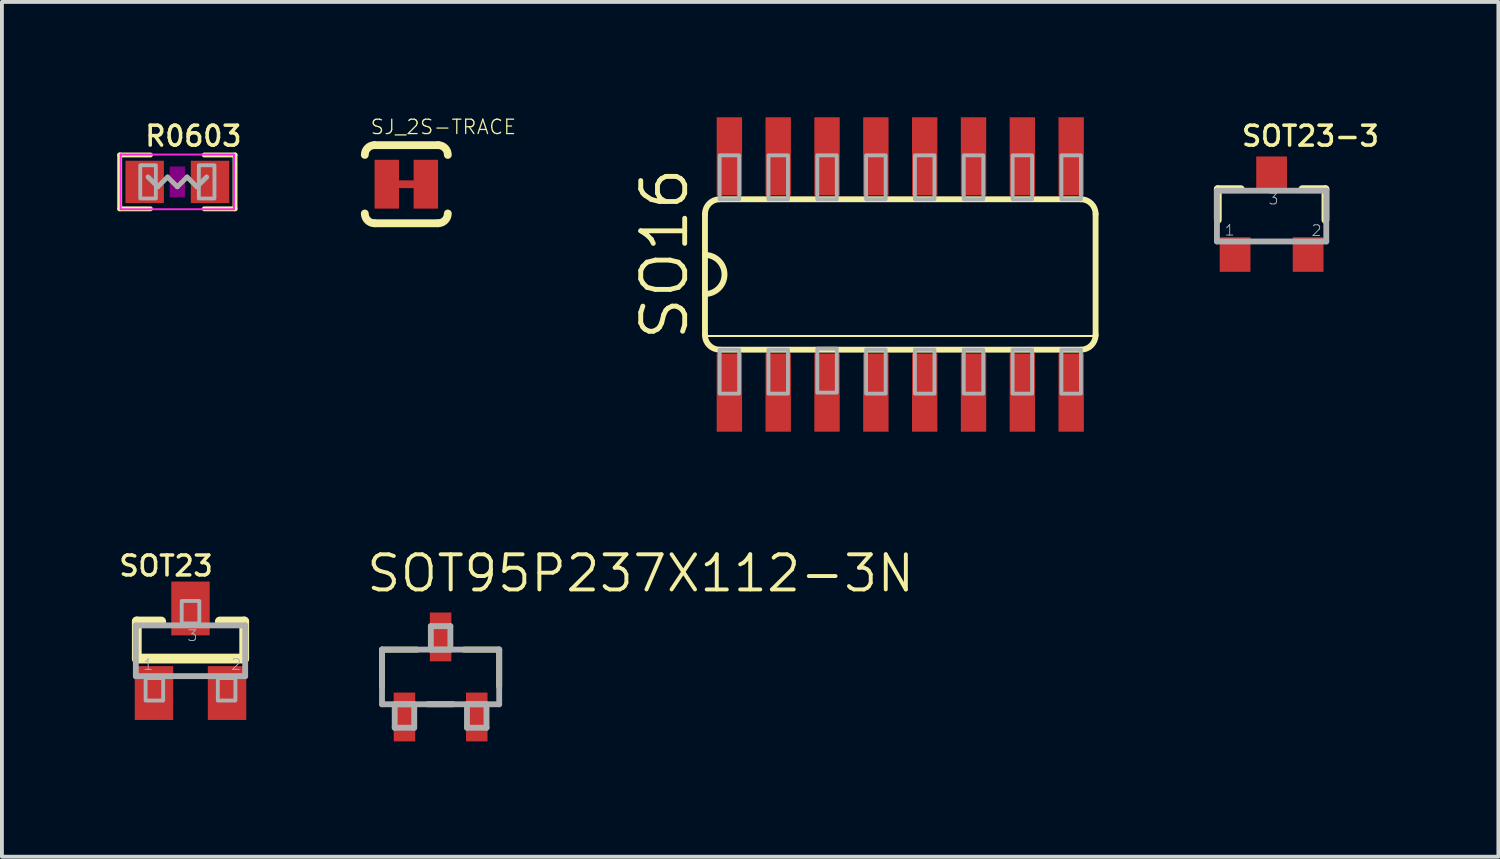
<source format=kicad_pcb>
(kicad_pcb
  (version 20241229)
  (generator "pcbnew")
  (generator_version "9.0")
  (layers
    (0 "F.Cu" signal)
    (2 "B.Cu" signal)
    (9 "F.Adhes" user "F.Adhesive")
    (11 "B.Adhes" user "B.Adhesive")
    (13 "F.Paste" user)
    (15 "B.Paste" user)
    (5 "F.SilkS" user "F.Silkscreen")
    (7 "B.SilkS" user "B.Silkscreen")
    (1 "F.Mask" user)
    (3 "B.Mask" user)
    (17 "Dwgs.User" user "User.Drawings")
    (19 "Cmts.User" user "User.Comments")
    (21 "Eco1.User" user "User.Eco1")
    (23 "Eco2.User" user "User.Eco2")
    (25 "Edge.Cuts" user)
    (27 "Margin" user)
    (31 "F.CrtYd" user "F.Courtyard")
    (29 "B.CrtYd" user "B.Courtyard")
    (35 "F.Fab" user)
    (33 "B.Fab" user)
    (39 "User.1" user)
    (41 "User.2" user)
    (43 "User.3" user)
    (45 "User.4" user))
  (footprint "SOT23"
    (layer "F.Cu")
    (at 1.905 13.876)
    (property "Reference" "SOT23" (at -1.905 -1.905 0) (layer "F.SilkS") (effects (font (size 0.518 0.518) (thickness 0.091)) (justify left bottom)))
    (fp_line (start -1.397 -0.762) (end -0.762 -0.762) (stroke (width 0.254) (type solid)) (layer "F.SilkS"))
    (fp_line (start -1.397 0.203) (end -1.397 -0.762) (stroke (width 0.254) (type solid)) (layer "F.SilkS"))
    (fp_line (start -1.397 0.203) (end 1.397 0.203) (stroke (width 0.254) (type solid)) (layer "F.SilkS"))
    (fp_line (start 0.762 -0.762) (end 1.397 -0.762) (stroke (width 0.254) (type solid)) (layer "F.SilkS"))
    (fp_line (start 1.397 -0.762) (end 1.397 0.203) (stroke (width 0.254) (type solid)) (layer "F.SilkS"))
    (fp_line (start -1.422 -0.66) (end 1.422 -0.66) (stroke (width 0.152) (type solid)) (layer "F.Fab"))
    (fp_line (start -1.422 0.66) (end -1.422 -0.66) (stroke (width 0.152) (type solid)) (layer "F.Fab"))
    (fp_line (start 1.422 -0.66) (end 1.422 0.66) (stroke (width 0.152) (type solid)) (layer "F.Fab"))
    (fp_line (start 1.422 0.66) (end -1.422 0.66) (stroke (width 0.152) (type solid)) (layer "F.Fab"))
    (fp_poly (pts (xy -1.168 1.295) (xy -0.711 1.295) (xy -0.711 0.711) (xy -1.168 0.711)) (stroke (width 0.1) (type solid)) (fill no) (layer "F.Fab"))
    (fp_poly (pts (xy -0.229 -0.711) (xy 0.229 -0.711) (xy 0.229 -1.295) (xy -0.229 -1.295)) (stroke (width 0.1) (type solid)) (fill no) (layer "F.Fab"))
    (fp_poly (pts (xy 0.711 1.295) (xy 1.168 1.295) (xy 1.168 0.711) (xy 0.711 0.711)) (stroke (width 0.1) (type solid)) (fill no) (layer "F.Fab"))
    (fp_text user "2" (at 1.04 0.52 0) (layer "F.Fab") (effects (font (size 0.28 0.28) (thickness 0.024)) (justify left bottom)))
    (fp_text user "3" (at -0.1 -0.23 0) (layer "F.Fab") (effects (font (size 0.28 0.28) (thickness 0.024)) (justify left bottom)))
    (fp_text user "1" (at -1.25 0.52 0) (layer "F.Fab") (effects (font (size 0.28 0.28) (thickness 0.024)) (justify left bottom)))
    (pad "1" smd rect (at -0.95 1.1) (size 1 1.4) (layers "F.Cu" "F.Mask" "F.Paste"))
    (pad "2" smd rect (at 0.95 1.1) (size 1 1.4) (layers "F.Cu" "F.Mask" "F.Paste"))
    (pad "3" smd rect (at 0 -1.1) (size 1 1.4) (layers "F.Cu" "F.Mask" "F.Paste")))
  (footprint "R0603"
    (layer "F.Cu")
    (at 1.563 1.681)
    (property "Reference" "R0603" (at -0.889 -0.889 0) (layer "F.SilkS") (effects (font (size 0.518 0.518) (thickness 0.091)) (justify left bottom)))
    (fp_line (start -1.5 -0.7) (end -1.5 0.7) (stroke (width 0.127) (type solid)) (layer "F.SilkS"))
    (fp_line (start -1.5 0.7) (end -0.7 0.7) (stroke (width 0.127) (type solid)) (layer "F.SilkS"))
    (fp_line (start -0.7 -0.7) (end -1.5 -0.7) (stroke (width 0.127) (type solid)) (layer "F.SilkS"))
    (fp_line (start 0.7 -0.7) (end 1.5 -0.7) (stroke (width 0.127) (type solid)) (layer "F.SilkS"))
    (fp_line (start 1.5 -0.7) (end 1.5 0.7) (stroke (width 0.127) (type solid)) (layer "F.SilkS"))
    (fp_line (start 1.5 0.7) (end 0.7 0.7) (stroke (width 0.127) (type solid)) (layer "F.SilkS"))
    (fp_poly (pts (xy -0.2 0.4) (xy 0.2 0.4) (xy 0.2 -0.4) (xy -0.2 -0.4)) (stroke (width 0) (type solid)) (fill yes) (layer "F.Adhes"))
    (fp_line (start -1.473 -0.711) (end 1.473 -0.711) (stroke (width 0.051) (type solid)) (layer "F.CrtYd"))
    (fp_line (start -1.473 0.711) (end -1.473 -0.711) (stroke (width 0.051) (type solid)) (layer "F.CrtYd"))
    (fp_line (start 1.473 -0.711) (end 1.473 0.711) (stroke (width 0.051) (type solid)) (layer "F.CrtYd"))
    (fp_line (start 1.473 0.711) (end -1.473 0.711) (stroke (width 0.051) (type solid)) (layer "F.CrtYd"))
    (fp_line (start -0.508 0.127) (end -0.762 -0.127) (stroke (width 0.127) (type solid)) (layer "F.Fab"))
    (fp_line (start -0.508 0.127) (end -0.254 -0.127) (stroke (width 0.127) (type solid)) (layer "F.Fab"))
    (fp_line (start -0.254 -0.127) (end 0 0.127) (stroke (width 0.127) (type solid)) (layer "F.Fab"))
    (fp_line (start 0 0.127) (end 0.254 -0.127) (stroke (width 0.127) (type solid)) (layer "F.Fab"))
    (fp_line (start 0.254 -0.127) (end 0.508 0.127) (stroke (width 0.127) (type solid)) (layer "F.Fab"))
    (fp_line (start 0.508 0.127) (end 0.762 -0.127) (stroke (width 0.127) (type solid)) (layer "F.Fab"))
    (fp_poly (pts (xy -0.965 0.432) (xy -0.559 0.432) (xy -0.559 -0.432) (xy -0.965 -0.432)) (stroke (width 0.1) (type solid)) (fill no) (layer "F.Fab"))
    (fp_poly (pts (xy 0.559 0.432) (xy 0.965 0.432) (xy 0.965 -0.432) (xy 0.559 -0.432)) (stroke (width 0.1) (type solid)) (fill no) (layer "F.Fab"))
    (pad "1" smd rect (at -0.85 0) (size 1 1.1) (layers "F.Cu" "F.Mask" "F.Paste"))
    (pad "2" smd rect (at 0.85 0) (size 1 1.1) (layers "F.Cu" "F.Mask" "F.Paste")))
  (footprint "SO16"
    (layer "F.Cu")
    (at 20.366 4.089)
    (property "Reference" "SO16" (at -5.461 1.778 90) (layer "F.SilkS") (effects (font (size 1.143 1.143) (thickness 0.127)) (justify left bottom)))
    (fp_line (start -5.08 -1.575) (end -5.08 -0.508) (stroke (width 0.152) (type solid)) (layer "F.SilkS"))
    (fp_line (start -5.08 -0.508) (end -5.08 0.508) (stroke (width 0.152) (type solid)) (layer "F.SilkS"))
    (fp_line (start -5.08 0.508) (end -5.08 1.575) (stroke (width 0.152) (type solid)) (layer "F.SilkS"))
    (fp_line (start -5.08 1.6) (end 5.08 1.6) (stroke (width 0.051) (type solid)) (layer "F.SilkS"))
    (fp_line (start -4.699 1.956) (end 4.699 1.956) (stroke (width 0.152) (type solid)) (layer "F.SilkS"))
    (fp_line (start 4.699 -1.956) (end -4.699 -1.956) (stroke (width 0.152) (type solid)) (layer "F.SilkS"))
    (fp_line (start 5.08 1.575) (end 5.08 -1.575) (stroke (width 0.152) (type solid)) (layer "F.SilkS"))
    (fp_arc (start -5.08 -1.5748) (mid -4.968408 -1.844208) (end -4.699 -1.9558) (stroke (width 0.1524) (type solid)) (layer "F.SilkS"))
    (fp_arc (start -5.08 -0.508) (mid -4.572 0) (end -5.08 0.508) (stroke (width 0.1524) (type solid)) (layer "F.SilkS"))
    (fp_arc (start -4.699 1.9558) (mid -4.968408 1.844208) (end -5.08 1.5748) (stroke (width 0.1524) (type solid)) (layer "F.SilkS"))
    (fp_arc (start 4.699 -1.9558) (mid 4.968408 -1.844208) (end 5.08 -1.5748) (stroke (width 0.1524) (type solid)) (layer "F.SilkS"))
    (fp_arc (start 5.08 1.5748) (mid 4.968408 1.844208) (end 4.699 1.9558) (stroke (width 0.1524) (type solid)) (layer "F.SilkS"))
    (fp_poly (pts (xy -4.699 -1.956) (xy -4.191 -1.956) (xy -4.191 -3.099) (xy -4.699 -3.099)) (stroke (width 0.1) (type solid)) (fill no) (layer "F.Fab"))
    (fp_poly (pts (xy -4.699 3.099) (xy -4.191 3.099) (xy -4.191 1.956) (xy -4.699 1.956)) (stroke (width 0.1) (type solid)) (fill no) (layer "F.Fab"))
    (fp_poly (pts (xy -3.429 -1.956) (xy -2.921 -1.956) (xy -2.921 -3.099) (xy -3.429 -3.099)) (stroke (width 0.1) (type solid)) (fill no) (layer "F.Fab"))
    (fp_poly (pts (xy -3.429 3.099) (xy -2.921 3.099) (xy -2.921 1.956) (xy -3.429 1.956)) (stroke (width 0.1) (type solid)) (fill no) (layer "F.Fab"))
    (fp_poly (pts (xy -2.159 -1.956) (xy -1.651 -1.956) (xy -1.651 -3.099) (xy -2.159 -3.099)) (stroke (width 0.1) (type solid)) (fill no) (layer "F.Fab"))
    (fp_poly (pts (xy -2.159 3.073) (xy -1.651 3.073) (xy -1.651 1.93) (xy -2.159 1.93)) (stroke (width 0.1) (type solid)) (fill no) (layer "F.Fab"))
    (fp_poly (pts (xy -0.889 -1.956) (xy -0.381 -1.956) (xy -0.381 -3.099) (xy -0.889 -3.099)) (stroke (width 0.1) (type solid)) (fill no) (layer "F.Fab"))
    (fp_poly (pts (xy -0.889 3.099) (xy -0.381 3.099) (xy -0.381 1.956) (xy -0.889 1.956)) (stroke (width 0.1) (type solid)) (fill no) (layer "F.Fab"))
    (fp_poly (pts (xy 0.381 -1.956) (xy 0.889 -1.956) (xy 0.889 -3.099) (xy 0.381 -3.099)) (stroke (width 0.1) (type solid)) (fill no) (layer "F.Fab"))
    (fp_poly (pts (xy 0.381 3.099) (xy 0.889 3.099) (xy 0.889 1.956) (xy 0.381 1.956)) (stroke (width 0.1) (type solid)) (fill no) (layer "F.Fab"))
    (fp_poly (pts (xy 1.651 -1.956) (xy 2.159 -1.956) (xy 2.159 -3.099) (xy 1.651 -3.099)) (stroke (width 0.1) (type solid)) (fill no) (layer "F.Fab"))
    (fp_poly (pts (xy 1.651 3.099) (xy 2.159 3.099) (xy 2.159 1.956) (xy 1.651 1.956)) (stroke (width 0.1) (type solid)) (fill no) (layer "F.Fab"))
    (fp_poly (pts (xy 2.921 -1.956) (xy 3.429 -1.956) (xy 3.429 -3.099) (xy 2.921 -3.099)) (stroke (width 0.1) (type solid)) (fill no) (layer "F.Fab"))
    (fp_poly (pts (xy 2.921 3.099) (xy 3.429 3.099) (xy 3.429 1.956) (xy 2.921 1.956)) (stroke (width 0.1) (type solid)) (fill no) (layer "F.Fab"))
    (fp_poly (pts (xy 4.191 -1.956) (xy 4.699 -1.956) (xy 4.699 -3.099) (xy 4.191 -3.099)) (stroke (width 0.1) (type solid)) (fill no) (layer "F.Fab"))
    (fp_poly (pts (xy 4.191 3.099) (xy 4.699 3.099) (xy 4.699 1.956) (xy 4.191 1.956)) (stroke (width 0.1) (type solid)) (fill no) (layer "F.Fab"))
    (pad "1" smd rect (at -4.445 3.073) (size 0.66 2.032) (layers "F.Cu" "F.Mask" "F.Paste"))
    (pad "2" smd rect (at -3.175 3.073) (size 0.66 2.032) (layers "F.Cu" "F.Mask" "F.Paste"))
    (pad "3" smd rect (at -1.905 3.073) (size 0.66 2.032) (layers "F.Cu" "F.Mask" "F.Paste"))
    (pad "4" smd rect (at -0.635 3.073) (size 0.66 2.032) (layers "F.Cu" "F.Mask" "F.Paste"))
    (pad "5" smd rect (at 0.635 3.073) (size 0.66 2.032) (layers "F.Cu" "F.Mask" "F.Paste"))
    (pad "6" smd rect (at 1.905 3.073) (size 0.66 2.032) (layers "F.Cu" "F.Mask" "F.Paste"))
    (pad "7" smd rect (at 3.175 3.073) (size 0.66 2.032) (layers "F.Cu" "F.Mask" "F.Paste"))
    (pad "8" smd rect (at 4.445 3.073) (size 0.66 2.032) (layers "F.Cu" "F.Mask" "F.Paste"))
    (pad "9" smd rect (at 4.445 -3.073) (size 0.66 2.032) (layers "F.Cu" "F.Mask" "F.Paste"))
    (pad "10" smd rect (at 3.175 -3.073) (size 0.66 2.032) (layers "F.Cu" "F.Mask" "F.Paste"))
    (pad "11" smd rect (at 1.905 -3.073) (size 0.66 2.032) (layers "F.Cu" "F.Mask" "F.Paste"))
    (pad "12" smd rect (at 0.635 -3.073) (size 0.66 2.032) (layers "F.Cu" "F.Mask" "F.Paste"))
    (pad "13" smd rect (at -0.635 -3.073) (size 0.66 2.032) (layers "F.Cu" "F.Mask" "F.Paste"))
    (pad "14" smd rect (at -1.905 -3.073) (size 0.66 2.032) (layers "F.Cu" "F.Mask" "F.Paste"))
    (pad "15" smd rect (at -3.175 -3.073) (size 0.66 2.032) (layers "F.Cu" "F.Mask" "F.Paste"))
    (pad "16" smd rect (at -4.445 -3.073) (size 0.66 2.032) (layers "F.Cu" "F.Mask" "F.Paste")))
  (footprint "SOT23-3"
    (layer "F.Cu")
    (at 30.024 2.57)
    (property "Reference" "SOT23-3" (at -0.826 -1.778 0) (layer "F.SilkS") (effects (font (size 0.518 0.518) (thickness 0.091)) (justify left bottom)))
    (fp_line (start -1.4 -0.7) (end -1.4 0.1) (stroke (width 0.203) (type solid)) (layer "F.SilkS"))
    (fp_line (start -0.8 -0.7) (end -1.4 -0.7) (stroke (width 0.203) (type solid)) (layer "F.SilkS"))
    (fp_line (start 0.8 -0.7) (end 1.4 -0.7) (stroke (width 0.203) (type solid)) (layer "F.SilkS"))
    (fp_line (start 1.4 -0.7) (end 1.4 0.1) (stroke (width 0.203) (type solid)) (layer "F.SilkS"))
    (fp_line (start -1.422 -0.66) (end 1.422 -0.66) (stroke (width 0.152) (type solid)) (layer "F.Fab"))
    (fp_line (start -1.422 0.66) (end -1.422 -0.66) (stroke (width 0.152) (type solid)) (layer "F.Fab"))
    (fp_line (start 1.422 -0.66) (end 1.422 0.66) (stroke (width 0.152) (type solid)) (layer "F.Fab"))
    (fp_line (start 1.422 0.66) (end -1.422 0.66) (stroke (width 0.152) (type solid)) (layer "F.Fab"))
    (fp_text user "3" (at -0.1 -0.28 0) (layer "F.Fab") (effects (font (size 0.28 0.28) (thickness 0.024)) (justify left bottom)))
    (fp_text user "1" (at -1.24 0.53 0) (layer "F.Fab") (effects (font (size 0.28 0.28) (thickness 0.024)) (justify left bottom)))
    (fp_text user "2" (at 1.02 0.54 0) (layer "F.Fab") (effects (font (size 0.28 0.28) (thickness 0.024)) (justify left bottom)))
    (pad "1" smd rect (at -0.95 1) (size 0.8 0.9) (layers "F.Cu" "F.Mask" "F.Paste"))
    (pad "2" smd rect (at 0.95 1) (size 0.8 0.9) (layers "F.Cu" "F.Mask" "F.Paste"))
    (pad "3" smd rect (at 0 -1.1) (size 0.8 0.9) (layers "F.Cu" "F.Mask" "F.Paste")))
  (footprint "SOT95P237X112-3N"
    (layer "F.Cu")
    (at 8.41 14.557)
    (property "Reference" "SOT95P237X112-3N" (at -1.981 -2.159 0) (layer "F.SilkS") (effects (font (size 0.914 0.914) (thickness 0.102)) (justify left bottom)))
    (fp_line (start -1.524 -0.711) (end -1.524 0.254) (stroke (width 0.152) (type solid)) (layer "F.SilkS"))
    (fp_line (start -0.61 -0.711) (end -1.524 -0.711) (stroke (width 0.152) (type solid)) (layer "F.SilkS"))
    (fp_line (start -0.33 0.711) (end 0.33 0.711) (stroke (width 0.152) (type solid)) (layer "F.SilkS"))
    (fp_line (start 1.524 -0.711) (end 0.61 -0.711) (stroke (width 0.152) (type solid)) (layer "F.SilkS"))
    (fp_line (start 1.524 0.254) (end 1.524 -0.711) (stroke (width 0.152) (type solid)) (layer "F.SilkS"))
    (fp_line (start -1.524 -0.711) (end -1.524 0.711) (stroke (width 0.152) (type solid)) (layer "F.Fab"))
    (fp_line (start -1.524 0.711) (end 1.524 0.711) (stroke (width 0.152) (type solid)) (layer "F.Fab"))
    (fp_line (start -1.194 0.711) (end -1.194 1.321) (stroke (width 0.152) (type solid)) (layer "F.Fab"))
    (fp_line (start -1.194 1.321) (end -0.686 1.321) (stroke (width 0.152) (type solid)) (layer "F.Fab"))
    (fp_line (start -0.686 0.711) (end -1.194 0.711) (stroke (width 0.152) (type solid)) (layer "F.Fab"))
    (fp_line (start -0.686 1.321) (end -0.686 0.711) (stroke (width 0.152) (type solid)) (layer "F.Fab"))
    (fp_line (start -0.254 -1.321) (end -0.254 -0.711) (stroke (width 0.152) (type solid)) (layer "F.Fab"))
    (fp_line (start -0.254 -0.711) (end 0.254 -0.711) (stroke (width 0.152) (type solid)) (layer "F.Fab"))
    (fp_line (start 0.254 -1.321) (end -0.254 -1.321) (stroke (width 0.152) (type solid)) (layer "F.Fab"))
    (fp_line (start 0.254 -0.711) (end 0.254 -1.321) (stroke (width 0.152) (type solid)) (layer "F.Fab"))
    (fp_line (start 0.686 0.711) (end 0.686 1.321) (stroke (width 0.152) (type solid)) (layer "F.Fab"))
    (fp_line (start 0.686 1.321) (end 1.194 1.321) (stroke (width 0.152) (type solid)) (layer "F.Fab"))
    (fp_line (start 1.194 0.711) (end 0.686 0.711) (stroke (width 0.152) (type solid)) (layer "F.Fab"))
    (fp_line (start 1.194 1.321) (end 1.194 0.711) (stroke (width 0.152) (type solid)) (layer "F.Fab"))
    (fp_line (start 1.524 -0.711) (end -1.524 -0.711) (stroke (width 0.152) (type solid)) (layer "F.Fab"))
    (fp_line (start 1.524 0.711) (end 1.524 -0.711) (stroke (width 0.152) (type solid)) (layer "F.Fab"))
    (pad "1" smd rect (at -0.94 1.041) (size 0.559 1.27) (layers "F.Cu" "F.Mask" "F.Paste"))
    (pad "2" smd rect (at 0.94 1.041) (size 0.559 1.27) (layers "F.Cu" "F.Mask" "F.Paste"))
    (pad "3" smd rect (at 0 -1.041) (size 0.559 1.27) (layers "F.Cu" "F.Mask" "F.Paste")))
  (footprint "SJ_2S-TRACE"
    (layer "F.Cu")
    (at 7.518 1.741)
    (property "Reference" "SJ_2S-TRACE" (at -0.953 -1.27 0) (layer "F.SilkS") (effects (font (size 0.374 0.374) (thickness 0.033)) (justify left bottom)))
    (fp_line (start -0.381 0) (end 0.381 0) (stroke (width 0.203) (type solid)) (layer "F.Cu"))
    (fp_poly (pts (xy -0.254 0.254) (xy 0.254 0.254) (xy 0.254 -0.254) (xy -0.254 -0.254)) (stroke (width 0) (type solid)) (fill yes) (layer "F.Mask"))
    (fp_line (start -0.826 -1.016) (end 0.826 -1.016) (stroke (width 0.203) (type solid)) (layer "F.SilkS"))
    (fp_line (start 0.826 1.016) (end -0.826 1.016) (stroke (width 0.203) (type solid)) (layer "F.SilkS"))
    (fp_arc (start -1.0795 -0.762) (mid -1.005105 -0.941605) (end -0.8255 -1.016) (stroke (width 0.2032) (type solid)) (layer "F.SilkS"))
    (fp_arc (start -0.8255 1.016) (mid -1.005105 0.941605) (end -1.0795 0.762) (stroke (width 0.2032) (type solid)) (layer "F.SilkS"))
    (fp_arc (start 0.8255 -1.016) (mid 1.005105 -0.941605) (end 1.0795 -0.762) (stroke (width 0.2032) (type solid)) (layer "F.SilkS"))
    (fp_arc (start 1.0795 0.762) (mid 1.005105 0.941605) (end 0.8255 1.016) (stroke (width 0.2032) (type solid)) (layer "F.SilkS"))
    (pad "1" smd rect (at -0.508 0) (size 0.635 1.27) (layers "F.Cu" "F.Mask"))
    (pad "2" smd rect (at 0.508 0) (size 0.635 1.27) (layers "F.Cu" "F.Mask")))
  (gr_rect
    (start -3 -3)
    (end 35.922 19.233)
    (stroke (width 0.1) (type default))
    (fill no)
    (layer "Edge.Cuts")))
</source>
